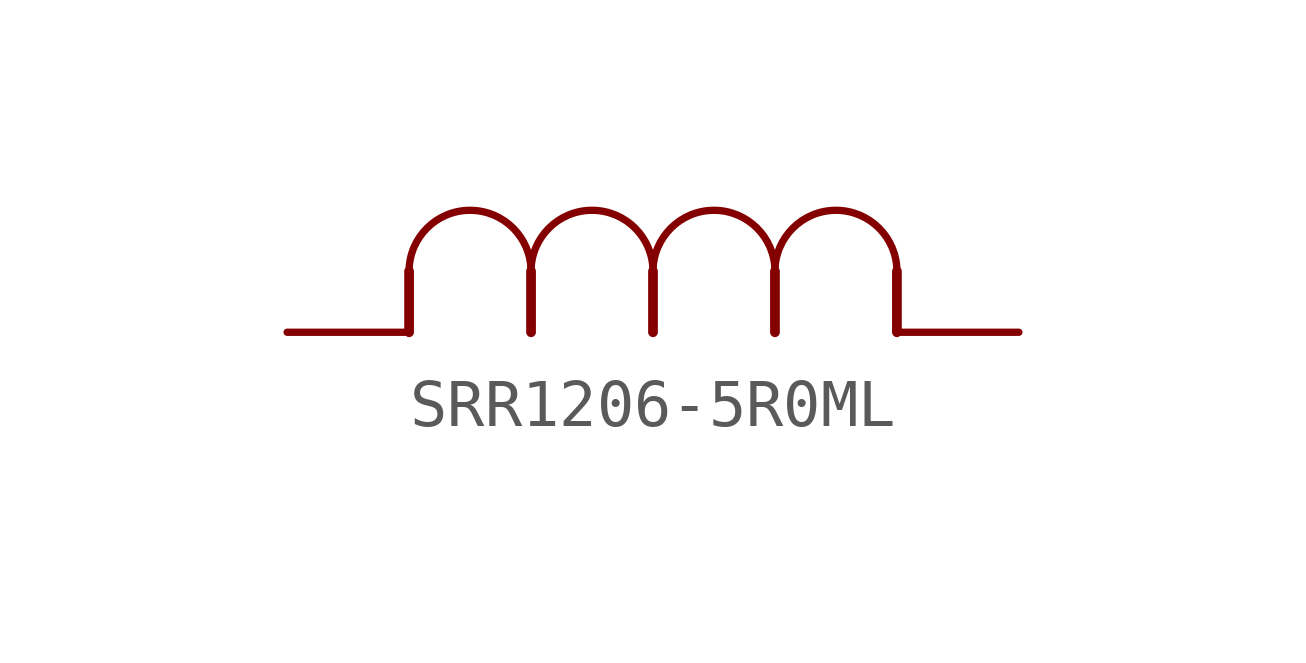
<source format=kicad_sym>
(kicad_symbol_lib
  (version 20231120)
  (generator "kicad_symbol_editor")
  (generator_version "8.0")
  (symbol "SRR1206-5R0ML"
    (property "Reference" "L"
      (at -0.914 3.353 0)
      (effects (font (size 3.48 2.958)) (justify left bottom) (hide yes)))
    (property "ki_locked" ""
      (at 0 0 0)
      (effects (font (size 1.27 1.27))))
    (symbol "SRR1206-5R0ML_1_0"
      (polyline (pts (xy 2.54 0) (xy 2.54 1.27)) (stroke (width 0.203) (type solid)) (fill (type none)))
      (polyline (pts (xy 5.08 0) (xy 5.08 1.27)) (stroke (width 0.203) (type solid)) (fill (type none)))
      (polyline (pts (xy 7.62 0) (xy 7.62 1.27)) (stroke (width 0.203) (type solid)) (fill (type none)))
      (polyline (pts (xy 10.16 0) (xy 10.16 1.27)) (stroke (width 0.203) (type solid)) (fill (type none)))
      (polyline (pts (xy 12.7 0) (xy 12.7 1.27)) (stroke (width 0.203) (type solid)) (fill (type none)))
      (arc (start 5.08 1.27) (mid 3.81 2.54) (end 2.54 1.27) (stroke (width 0.1524) (type solid)) (fill (type none)))
      (arc (start 7.62 1.27) (mid 6.35 2.54) (end 5.08 1.27) (stroke (width 0.1524) (type solid)) (fill (type none)))
      (arc (start 10.16 1.27) (mid 8.89 2.54) (end 7.62 1.27) (stroke (width 0.1524) (type solid)) (fill (type none)))
      (arc (start 12.7 1.27) (mid 11.43 2.54) (end 10.16 1.27) (stroke (width 0.1524) (type solid)) (fill (type none)))
      (pin passive line (at 15.24 0 180) (length 2.54) (name "1" (effects (font (size 0 0)))) (number "1" (effects (font (size 0 0)))))
      (pin passive line (at 0 0 0) (length 2.54) (name "2" (effects (font (size 0 0)))) (number "2" (effects (font (size 0 0))))))))
</source>
